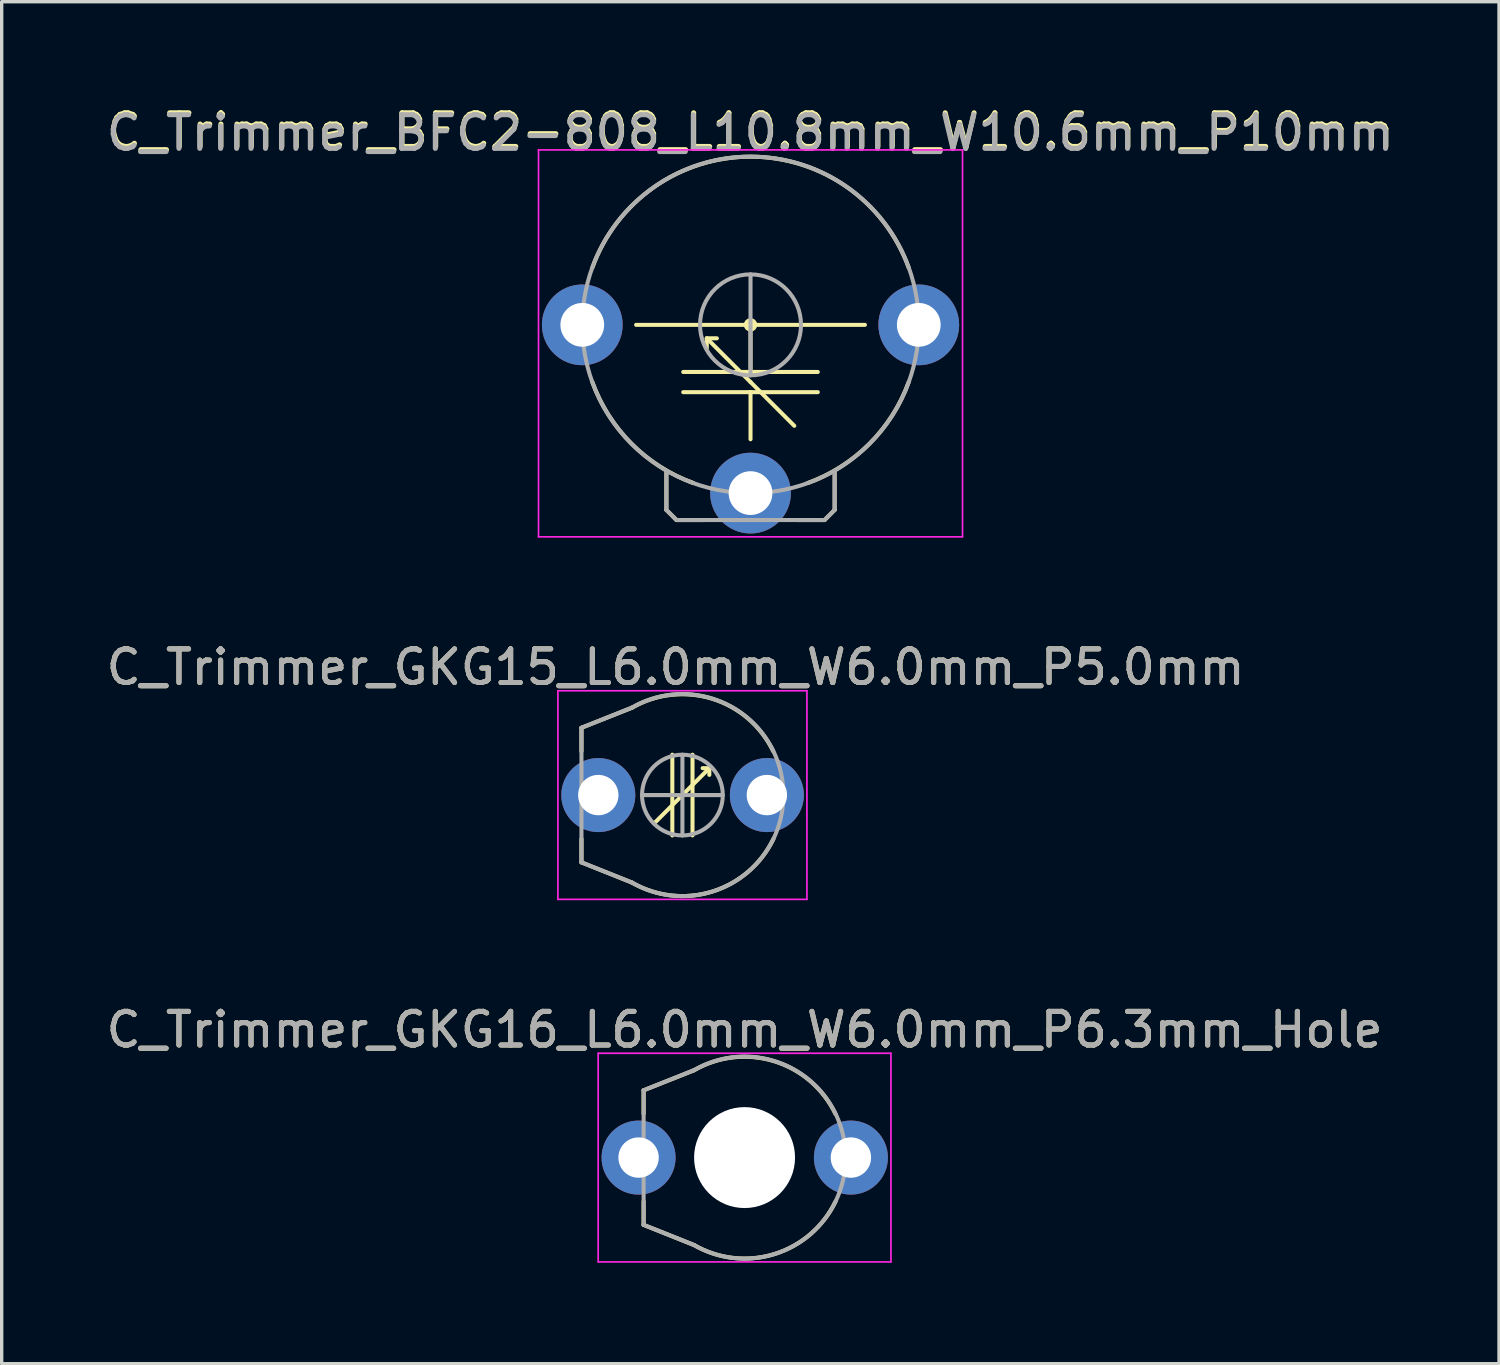
<source format=kicad_pcb>
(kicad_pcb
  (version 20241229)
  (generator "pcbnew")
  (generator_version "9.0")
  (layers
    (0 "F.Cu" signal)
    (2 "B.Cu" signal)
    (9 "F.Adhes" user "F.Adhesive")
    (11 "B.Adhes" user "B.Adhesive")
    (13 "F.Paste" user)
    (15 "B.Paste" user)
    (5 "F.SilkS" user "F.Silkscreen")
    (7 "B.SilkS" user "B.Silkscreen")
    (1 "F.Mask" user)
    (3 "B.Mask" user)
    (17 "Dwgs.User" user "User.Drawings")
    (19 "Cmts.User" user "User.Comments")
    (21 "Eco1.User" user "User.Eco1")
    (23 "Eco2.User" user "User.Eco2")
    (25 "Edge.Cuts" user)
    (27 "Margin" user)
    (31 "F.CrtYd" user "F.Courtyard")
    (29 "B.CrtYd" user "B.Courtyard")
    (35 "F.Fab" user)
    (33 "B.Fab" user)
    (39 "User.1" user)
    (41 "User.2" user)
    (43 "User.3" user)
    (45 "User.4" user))
  (footprint "C_Trimmer_GKG16_L6.0mm_W6.0mm_P6.3mm_Hole"
    (layer "F.Cu")
    (at 15.927 31.351)
    (property "Reference" "C_Trimmer_GKG16_L6.0mm_W6.0mm_P6.3mm_Hole" (at 3.15 -3.8 180) (layer "F.SilkS") (effects (font (size 1 1) (thickness 0.15))))
    (attr through_hole)
    (fp_line (start 0.15 -2) (end 0.15 -1.3) (stroke (width 0.12) (type solid)) (layer "F.SilkS"))
    (fp_line (start 0.15 -2) (end 1.653 -2.596) (stroke (width 0.12) (type solid)) (layer "F.SilkS"))
    (fp_line (start 0.15 2) (end 0.15 1.3) (stroke (width 0.12) (type solid)) (layer "F.SilkS"))
    (fp_line (start 0.15 2) (end 1.65 2.6) (stroke (width 0.12) (type solid)) (layer "F.SilkS"))
    (fp_arc (start 1.6525 -2.595667) (mid 4.033849 -2.863355) (end 5.849999 -1.299999) (stroke (width 0.12) (type solid)) (layer "F.SilkS"))
    (fp_arc (start 5.854505 1.302169) (mid 4.035324 2.868134) (end 1.650001 2.599999) (stroke (width 0.12) (type solid)) (layer "F.SilkS"))
    (fp_line (start -1.2 -3.1) (end -1.2 3.1) (stroke (width 0.05) (type solid)) (layer "F.CrtYd"))
    (fp_line (start -1.2 3.1) (end 7.5 3.1) (stroke (width 0.05) (type solid)) (layer "F.CrtYd"))
    (fp_line (start 7.5 -3.1) (end -1.2 -3.1) (stroke (width 0.05) (type solid)) (layer "F.CrtYd"))
    (fp_line (start 7.5 3.1) (end 7.5 -3.1) (stroke (width 0.05) (type solid)) (layer "F.CrtYd"))
    (fp_line (start 0.15 -2) (end 1.65 -2.6) (stroke (width 0.12) (type solid)) (layer "F.Fab"))
    (fp_line (start 0.15 0) (end 0.15 -2) (stroke (width 0.12) (type solid)) (layer "F.Fab"))
    (fp_line (start 0.15 2) (end 0.15 0) (stroke (width 0.12) (type solid)) (layer "F.Fab"))
    (fp_line (start 0.15 2) (end 1.65 2.6) (stroke (width 0.12) (type solid)) (layer "F.Fab"))
    (fp_arc (start 1.65 -2.599999) (mid 6.151665 0) (end 1.650001 2.599999) (stroke (width 0.12) (type solid)) (layer "F.Fab"))
    (fp_text user "${REFERENCE}" (at 3.15 -3.8 180) (layer "F.Fab") (effects (font (size 1 1) (thickness 0.15))))
    (pad "" np_thru_hole circle (at 3.15 0 180) (size 3 3) (drill 3) (layers "*.Cu" "*.Mask"))
    (pad "1" thru_hole circle (at 0 0 180) (size 2.2 2.2) (drill 1.2) (layers "*.Cu" "*.Mask"))
    (pad "2" thru_hole circle (at 6.31 0 180) (size 2.2 2.2) (drill 1.2) (layers "*.Cu" "*.Mask")))
  (footprint "C_Trimmer_GKG15_L6.0mm_W6.0mm_P5.0mm"
    (layer "F.Cu")
    (at 14.73 20.578)
    (property "Reference" "C_Trimmer_GKG15_L6.0mm_W6.0mm_P5.0mm" (at 2.3 -3.8 180) (layer "F.SilkS") (effects (font (size 1 1) (thickness 0.15))))
    (attr through_hole)
    (fp_line (start -0.5 -2) (end -0.5 -1.3) (stroke (width 0.12) (type solid)) (layer "F.SilkS"))
    (fp_line (start -0.5 -2) (end 1.002 -2.596) (stroke (width 0.12) (type solid)) (layer "F.SilkS"))
    (fp_line (start -0.5 2) (end -0.5 1.3) (stroke (width 0.12) (type solid)) (layer "F.SilkS"))
    (fp_line (start -0.5 2) (end 1 2.6) (stroke (width 0.12) (type solid)) (layer "F.SilkS"))
    (fp_line (start 1.4 0) (end 2.2 0) (stroke (width 0.12) (type solid)) (layer "F.SilkS"))
    (fp_line (start 2.2 0) (end 2.2 -1.2) (stroke (width 0.12) (type solid)) (layer "F.SilkS"))
    (fp_line (start 2.2 0) (end 2.2 1.2) (stroke (width 0.12) (type solid)) (layer "F.SilkS"))
    (fp_line (start 2.5 0) (end 1.7 0.8) (stroke (width 0.12) (type solid)) (layer "F.SilkS"))
    (fp_line (start 2.5 0) (end 3.3 -0.8) (stroke (width 0.12) (type solid)) (layer "F.SilkS"))
    (fp_line (start 2.8 0) (end 3.6 0) (stroke (width 0.12) (type solid)) (layer "F.SilkS"))
    (fp_line (start 2.8 1.2) (end 2.8 -1.2) (stroke (width 0.12) (type solid)) (layer "F.SilkS"))
    (fp_line (start 3.3 -0.8) (end 3.1 -0.8) (stroke (width 0.12) (type solid)) (layer "F.SilkS"))
    (fp_line (start 3.3 -0.8) (end 3.3 -0.6) (stroke (width 0.12) (type solid)) (layer "F.SilkS"))
    (fp_arc (start 1.0025 -2.595667) (mid 3.383849 -2.863355) (end 5.199999 -1.299999) (stroke (width 0.12) (type solid)) (layer "F.SilkS"))
    (fp_arc (start 5.204505 1.302169) (mid 3.385324 2.868134) (end 1.000001 2.599999) (stroke (width 0.12) (type solid)) (layer "F.SilkS"))
    (fp_line (start -1.2 -3.1) (end -1.2 3.1) (stroke (width 0.05) (type solid)) (layer "F.CrtYd"))
    (fp_line (start -1.2 3.1) (end 6.2 3.1) (stroke (width 0.05) (type solid)) (layer "F.CrtYd"))
    (fp_line (start 6.2 -3.1) (end -1.2 -3.1) (stroke (width 0.05) (type solid)) (layer "F.CrtYd"))
    (fp_line (start 6.2 3.1) (end 6.2 -3.1) (stroke (width 0.05) (type solid)) (layer "F.CrtYd"))
    (fp_line (start -0.5 -2) (end 1 -2.6) (stroke (width 0.12) (type solid)) (layer "F.Fab"))
    (fp_line (start -0.5 0) (end -0.5 -2) (stroke (width 0.12) (type solid)) (layer "F.Fab"))
    (fp_line (start -0.5 2) (end -0.5 0) (stroke (width 0.12) (type solid)) (layer "F.Fab"))
    (fp_line (start -0.5 2) (end 1 2.6) (stroke (width 0.12) (type solid)) (layer "F.Fab"))
    (fp_line (start 2.5 -1.2) (end 2.5 1.2) (stroke (width 0.12) (type solid)) (layer "F.Fab"))
    (fp_line (start 3.7 0) (end 1.3 0) (stroke (width 0.12) (type solid)) (layer "F.Fab"))
    (fp_arc (start 1 -2.599999) (mid 5.501665 0) (end 1.000001 2.599999) (stroke (width 0.12) (type solid)) (layer "F.Fab"))
    (fp_circle (center 2.5 0) (end 1.3 0) (stroke (width 0.12) (type solid)) (fill no) (layer "F.Fab"))
    (fp_text user "${REFERENCE}" (at 2.3 -3.8 180) (layer "F.Fab") (effects (font (size 1 1) (thickness 0.15))))
    (pad "1" thru_hole circle (at 0 0 180) (size 2.2 2.2) (drill 1.2) (layers "*.Cu" "*.Mask"))
    (pad "2" thru_hole circle (at 5.01 0 180) (size 2.2 2.2) (drill 1.2) (layers "*.Cu" "*.Mask")))
  (footprint "C_Trimmer_BFC2-808_L10.8mm_W10.6mm_P10mm"
    (layer "F.Cu")
    (at 19.254 11.604)
    (property "Reference" "C_Trimmer_BFC2-808_L10.8mm_W10.6mm_P10mm" (at 0 -10.756 0) (layer "F.SilkS") (effects (font (size 1 1) (thickness 0.15))))
    (attr through_hole)
    (fp_line (start -3.4 -5) (end 3.4 -5) (stroke (width 0.12) (type solid)) (layer "F.SilkS"))
    (fp_line (start -2.5 0.5) (end -2.5 -0.65) (stroke (width 0.12) (type solid)) (layer "F.SilkS"))
    (fp_line (start -2.2 0.8) (end -2.5 0.5) (stroke (width 0.12) (type solid)) (layer "F.SilkS"))
    (fp_line (start -1.4 0.8) (end -2.2 0.8) (stroke (width 0.12) (type solid)) (layer "F.SilkS"))
    (fp_line (start -1.3 -4.6) (end -1.3 -4.3) (stroke (width 0.12) (type solid)) (layer "F.SilkS"))
    (fp_line (start -1.3 -4.6) (end -1 -4.6) (stroke (width 0.12) (type solid)) (layer "F.SilkS"))
    (fp_line (start 0 -3.6) (end -2 -3.6) (stroke (width 0.12) (type solid)) (layer "F.SilkS"))
    (fp_line (start 0 -3.6) (end 0 -5) (stroke (width 0.12) (type solid)) (layer "F.SilkS"))
    (fp_line (start 0 -3.6) (end 2 -3.6) (stroke (width 0.12) (type solid)) (layer "F.SilkS"))
    (fp_line (start 0 -3.3) (end -1.3 -4.6) (stroke (width 0.12) (type solid)) (layer "F.SilkS"))
    (fp_line (start 0 -3.3) (end 1.3 -2) (stroke (width 0.12) (type solid)) (layer "F.SilkS"))
    (fp_line (start 0 -3) (end -2 -3) (stroke (width 0.12) (type solid)) (layer "F.SilkS"))
    (fp_line (start 0 -3) (end 2 -3) (stroke (width 0.12) (type solid)) (layer "F.SilkS"))
    (fp_line (start 0 -1.6) (end 0 -3) (stroke (width 0.12) (type solid)) (layer "F.SilkS"))
    (fp_line (start 1.4 0.8) (end 2.2 0.8) (stroke (width 0.12) (type solid)) (layer "F.SilkS"))
    (fp_line (start 2.2 0.8) (end 2.5 0.5) (stroke (width 0.12) (type solid)) (layer "F.SilkS"))
    (fp_line (start 2.5 0.5) (end 2.5 -0.65) (stroke (width 0.12) (type solid)) (layer "F.SilkS"))
    (fp_arc (start -4.699999 -6.7) (mid 0 -9.997999) (end 4.699999 -6.699999) (stroke (width 0.12) (type solid)) (layer "F.SilkS"))
    (fp_arc (start -1.7 -0.300001) (mid -3.534119 -1.465882) (end -4.699999 -3.300001) (stroke (width 0.12) (type solid)) (layer "F.SilkS"))
    (fp_arc (start 4.699999 -3.3) (mid 3.534118 -1.465881) (end 1.699999 -0.300001) (stroke (width 0.12) (type solid)) (layer "F.SilkS"))
    (fp_circle (center 0 -5) (end 0.1 -5) (stroke (width 0.2) (type solid)) (fill no) (layer "F.SilkS"))
    (fp_line (start -6.3 -10.2) (end -6.3 1.3) (stroke (width 0.05) (type solid)) (layer "F.CrtYd"))
    (fp_line (start -6.3 1.3) (end 6.3 1.3) (stroke (width 0.05) (type solid)) (layer "F.CrtYd"))
    (fp_line (start 6.3 -10.2) (end -6.3 -10.2) (stroke (width 0.05) (type solid)) (layer "F.CrtYd"))
    (fp_line (start 6.3 1.3) (end 6.3 -10.2) (stroke (width 0.05) (type solid)) (layer "F.CrtYd"))
    (fp_line (start -2.5 0.5) (end -2.5 -0.65) (stroke (width 0.12) (type solid)) (layer "F.Fab"))
    (fp_line (start -2.2 0.8) (end -2.5 0.5) (stroke (width 0.12) (type solid)) (layer "F.Fab"))
    (fp_line (start 0 -6.5) (end 0 -3.5) (stroke (width 0.12) (type solid)) (layer "F.Fab"))
    (fp_line (start 0 0.8) (end -2.2 0.8) (stroke (width 0.12) (type solid)) (layer "F.Fab"))
    (fp_line (start 0 0.8) (end 2.2 0.8) (stroke (width 0.12) (type solid)) (layer "F.Fab"))
    (fp_line (start 2.2 0.8) (end 2.5 0.5) (stroke (width 0.12) (type solid)) (layer "F.Fab"))
    (fp_line (start 2.5 0.5) (end 2.5 -0.65) (stroke (width 0.12) (type solid)) (layer "F.Fab"))
    (fp_circle (center 0 -5) (end 1.5 -5) (stroke (width 0.12) (type solid)) (fill no) (layer "F.Fab"))
    (fp_circle (center 0 -5) (end 5 -5) (stroke (width 0.12) (type solid)) (fill no) (layer "F.Fab"))
    (fp_text user "${REFERENCE}" (at -0.01 -10.7 0) (layer "F.Fab") (effects (font (size 1 1) (thickness 0.15))))
    (pad "1" thru_hole circle (at 0 0) (size 2.4 2.4) (drill 1.3) (layers "*.Cu" "*.Mask"))
    (pad "2" thru_hole circle (at -5 -5) (size 2.4 2.4) (drill 1.3) (layers "*.Cu" "*.Mask"))
    (pad "2" thru_hole circle (at 5 -5) (size 2.4 2.4) (drill 1.3) (layers "*.Cu" "*.Mask")))
  (gr_rect
    (start -3 -3)
    (end 41.498 37.476)
    (stroke (width 0.1) (type default))
    (fill no)
    (layer "Edge.Cuts")))
</source>
